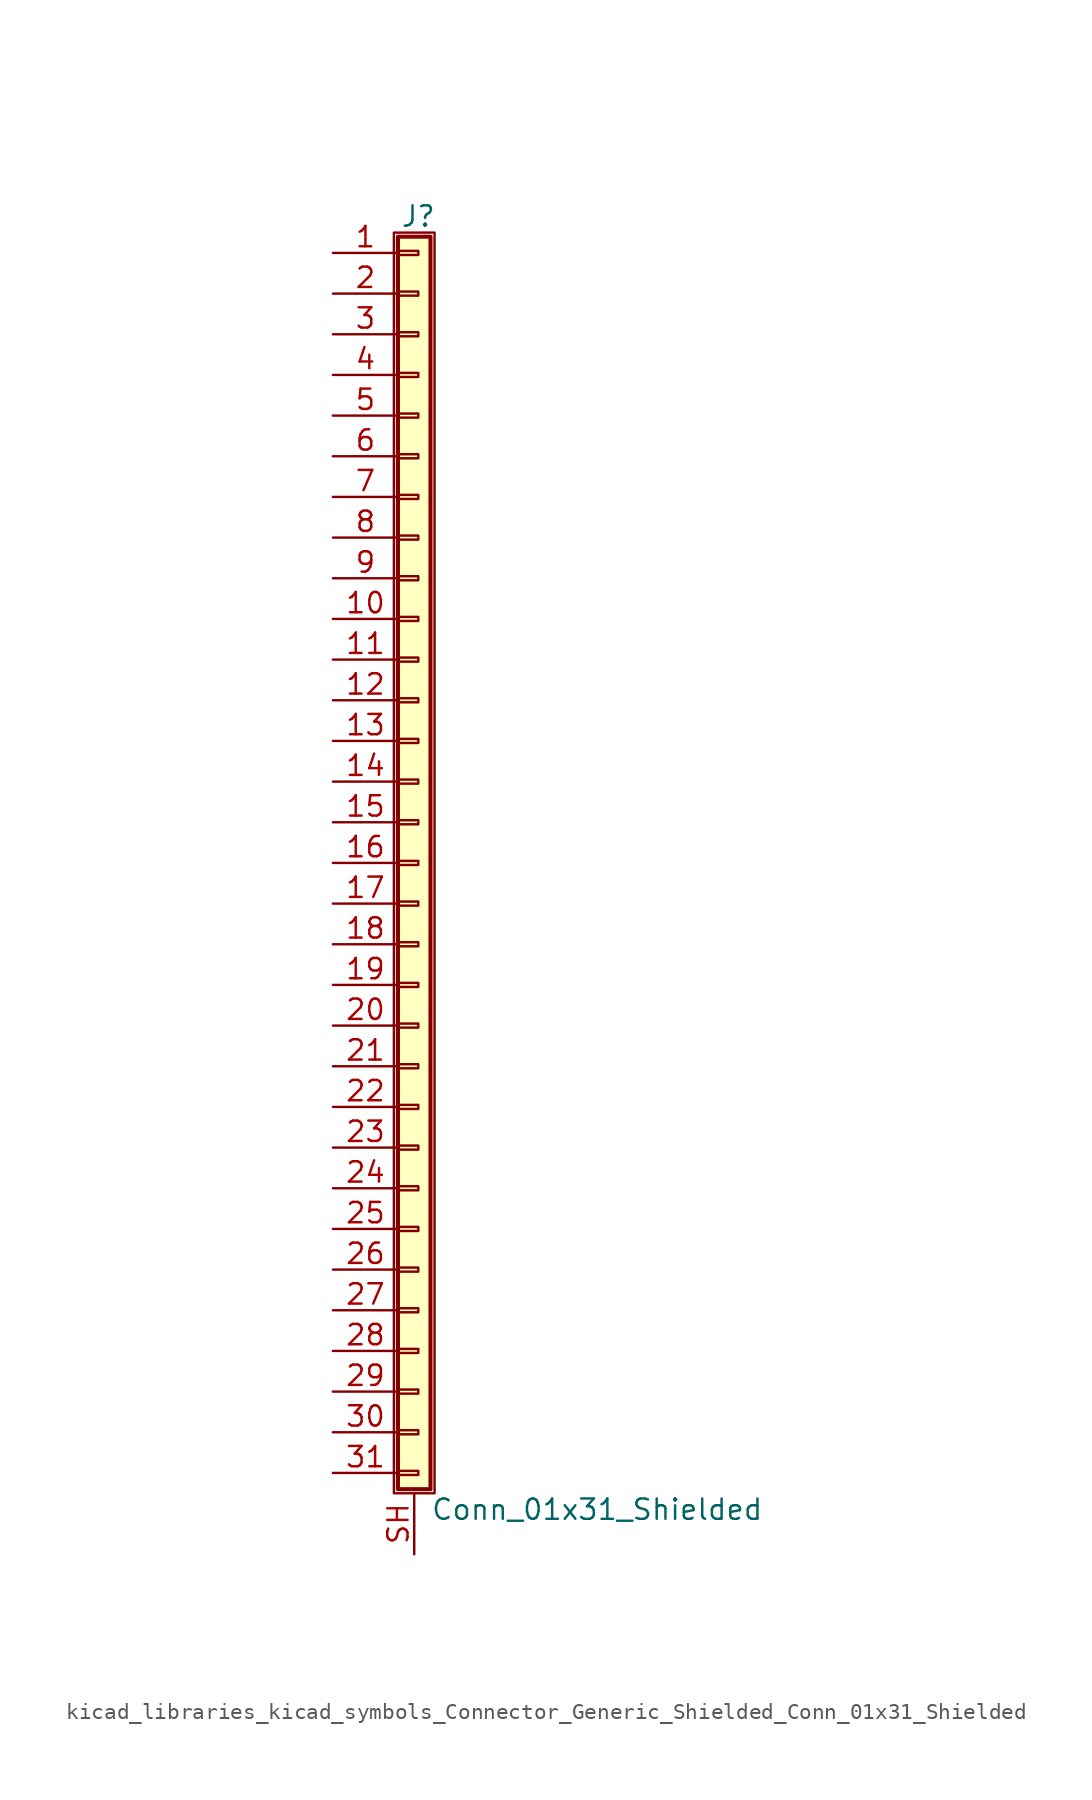
<source format=kicad_sym>
(kicad_symbol_lib
  (version 20220914)
  (generator kicad_symbol_editor)
  (symbol "kicad_libraries_kicad_symbols_Connector_Generic_Shielded_Conn_01x31_Shielded"
    (pin_names
      (offset 1.016) hide)
    (property "Reference" "J"
      (at 0.254 40.386 0)
      (effects (font (size 1.27 1.27))))
    (property "Value" "Conn_01x31_Shielded"
      (at 1.016 -40.386 0)
      (effects (font (size 1.27 1.27)) (justify left)))
    (symbol "kicad_libraries_kicad_symbols_Connector_Generic_Shielded_Conn_01x31_Shielded_1_1"
      (rectangle (start -1.27 39.37) (end 1.27 -39.37) (stroke (width 0.152) (type default)) (fill (type none)))
      (rectangle (start -1.016 -37.973) (end 0.254 -38.227) (stroke (width 0.152) (type default)) (fill (type none)))
      (rectangle (start -1.016 -35.433) (end 0.254 -35.687) (stroke (width 0.152) (type default)) (fill (type none)))
      (rectangle (start -1.016 -32.893) (end 0.254 -33.147) (stroke (width 0.152) (type default)) (fill (type none)))
      (rectangle (start -1.016 -30.353) (end 0.254 -30.607) (stroke (width 0.152) (type default)) (fill (type none)))
      (rectangle (start -1.016 -27.813) (end 0.254 -28.067) (stroke (width 0.152) (type default)) (fill (type none)))
      (rectangle (start -1.016 -25.273) (end 0.254 -25.527) (stroke (width 0.152) (type default)) (fill (type none)))
      (rectangle (start -1.016 -22.733) (end 0.254 -22.987) (stroke (width 0.152) (type default)) (fill (type none)))
      (rectangle (start -1.016 -20.193) (end 0.254 -20.447) (stroke (width 0.152) (type default)) (fill (type none)))
      (rectangle (start -1.016 -17.653) (end 0.254 -17.907) (stroke (width 0.152) (type default)) (fill (type none)))
      (rectangle (start -1.016 -15.113) (end 0.254 -15.367) (stroke (width 0.152) (type default)) (fill (type none)))
      (rectangle (start -1.016 -12.573) (end 0.254 -12.827) (stroke (width 0.152) (type default)) (fill (type none)))
      (rectangle (start -1.016 -10.033) (end 0.254 -10.287) (stroke (width 0.152) (type default)) (fill (type none)))
      (rectangle (start -1.016 -7.493) (end 0.254 -7.747) (stroke (width 0.152) (type default)) (fill (type none)))
      (rectangle (start -1.016 -4.953) (end 0.254 -5.207) (stroke (width 0.152) (type default)) (fill (type none)))
      (rectangle (start -1.016 -2.413) (end 0.254 -2.667) (stroke (width 0.152) (type default)) (fill (type none)))
      (rectangle (start -1.016 0.127) (end 0.254 -0.127) (stroke (width 0.152) (type default)) (fill (type none)))
      (rectangle (start -1.016 2.667) (end 0.254 2.413) (stroke (width 0.152) (type default)) (fill (type none)))
      (rectangle (start -1.016 5.207) (end 0.254 4.953) (stroke (width 0.152) (type default)) (fill (type none)))
      (rectangle (start -1.016 7.747) (end 0.254 7.493) (stroke (width 0.152) (type default)) (fill (type none)))
      (rectangle (start -1.016 10.287) (end 0.254 10.033) (stroke (width 0.152) (type default)) (fill (type none)))
      (rectangle (start -1.016 12.827) (end 0.254 12.573) (stroke (width 0.152) (type default)) (fill (type none)))
      (rectangle (start -1.016 15.367) (end 0.254 15.113) (stroke (width 0.152) (type default)) (fill (type none)))
      (rectangle (start -1.016 17.907) (end 0.254 17.653) (stroke (width 0.152) (type default)) (fill (type none)))
      (rectangle (start -1.016 20.447) (end 0.254 20.193) (stroke (width 0.152) (type default)) (fill (type none)))
      (rectangle (start -1.016 22.987) (end 0.254 22.733) (stroke (width 0.152) (type default)) (fill (type none)))
      (rectangle (start -1.016 25.527) (end 0.254 25.273) (stroke (width 0.152) (type default)) (fill (type none)))
      (rectangle (start -1.016 28.067) (end 0.254 27.813) (stroke (width 0.152) (type default)) (fill (type none)))
      (rectangle (start -1.016 30.607) (end 0.254 30.353) (stroke (width 0.152) (type default)) (fill (type none)))
      (rectangle (start -1.016 33.147) (end 0.254 32.893) (stroke (width 0.152) (type default)) (fill (type none)))
      (rectangle (start -1.016 35.687) (end 0.254 35.433) (stroke (width 0.152) (type default)) (fill (type none)))
      (rectangle (start -1.016 38.227) (end 0.254 37.973) (stroke (width 0.152) (type default)) (fill (type none)))
      (rectangle (start -1.016 39.116) (end 1.016 -39.116) (stroke (width 0.254) (type default)) (fill (type background)))
      (pin passive line (at -5.08 38.1 0) (length 4.064) (name "Pin_1" (effects (font (size 1.27 1.27)))) (number "1" (effects (font (size 1.27 1.27)))))
      (pin passive line (at -5.08 15.24 0) (length 4.064) (name "Pin_10" (effects (font (size 1.27 1.27)))) (number "10" (effects (font (size 1.27 1.27)))))
      (pin passive line (at -5.08 12.7 0) (length 4.064) (name "Pin_11" (effects (font (size 1.27 1.27)))) (number "11" (effects (font (size 1.27 1.27)))))
      (pin passive line (at -5.08 10.16 0) (length 4.064) (name "Pin_12" (effects (font (size 1.27 1.27)))) (number "12" (effects (font (size 1.27 1.27)))))
      (pin passive line (at -5.08 7.62 0) (length 4.064) (name "Pin_13" (effects (font (size 1.27 1.27)))) (number "13" (effects (font (size 1.27 1.27)))))
      (pin passive line (at -5.08 5.08 0) (length 4.064) (name "Pin_14" (effects (font (size 1.27 1.27)))) (number "14" (effects (font (size 1.27 1.27)))))
      (pin passive line (at -5.08 2.54 0) (length 4.064) (name "Pin_15" (effects (font (size 1.27 1.27)))) (number "15" (effects (font (size 1.27 1.27)))))
      (pin passive line (at -5.08 0 0) (length 4.064) (name "Pin_16" (effects (font (size 1.27 1.27)))) (number "16" (effects (font (size 1.27 1.27)))))
      (pin passive line (at -5.08 -2.54 0) (length 4.064) (name "Pin_17" (effects (font (size 1.27 1.27)))) (number "17" (effects (font (size 1.27 1.27)))))
      (pin passive line (at -5.08 -5.08 0) (length 4.064) (name "Pin_18" (effects (font (size 1.27 1.27)))) (number "18" (effects (font (size 1.27 1.27)))))
      (pin passive line (at -5.08 -7.62 0) (length 4.064) (name "Pin_19" (effects (font (size 1.27 1.27)))) (number "19" (effects (font (size 1.27 1.27)))))
      (pin passive line (at -5.08 35.56 0) (length 4.064) (name "Pin_2" (effects (font (size 1.27 1.27)))) (number "2" (effects (font (size 1.27 1.27)))))
      (pin passive line (at -5.08 -10.16 0) (length 4.064) (name "Pin_20" (effects (font (size 1.27 1.27)))) (number "20" (effects (font (size 1.27 1.27)))))
      (pin passive line (at -5.08 -12.7 0) (length 4.064) (name "Pin_21" (effects (font (size 1.27 1.27)))) (number "21" (effects (font (size 1.27 1.27)))))
      (pin passive line (at -5.08 -15.24 0) (length 4.064) (name "Pin_22" (effects (font (size 1.27 1.27)))) (number "22" (effects (font (size 1.27 1.27)))))
      (pin passive line (at -5.08 -17.78 0) (length 4.064) (name "Pin_23" (effects (font (size 1.27 1.27)))) (number "23" (effects (font (size 1.27 1.27)))))
      (pin passive line (at -5.08 -20.32 0) (length 4.064) (name "Pin_24" (effects (font (size 1.27 1.27)))) (number "24" (effects (font (size 1.27 1.27)))))
      (pin passive line (at -5.08 -22.86 0) (length 4.064) (name "Pin_25" (effects (font (size 1.27 1.27)))) (number "25" (effects (font (size 1.27 1.27)))))
      (pin passive line (at -5.08 -25.4 0) (length 4.064) (name "Pin_26" (effects (font (size 1.27 1.27)))) (number "26" (effects (font (size 1.27 1.27)))))
      (pin passive line (at -5.08 -27.94 0) (length 4.064) (name "Pin_27" (effects (font (size 1.27 1.27)))) (number "27" (effects (font (size 1.27 1.27)))))
      (pin passive line (at -5.08 -30.48 0) (length 4.064) (name "Pin_28" (effects (font (size 1.27 1.27)))) (number "28" (effects (font (size 1.27 1.27)))))
      (pin passive line (at -5.08 -33.02 0) (length 4.064) (name "Pin_29" (effects (font (size 1.27 1.27)))) (number "29" (effects (font (size 1.27 1.27)))))
      (pin passive line (at -5.08 33.02 0) (length 4.064) (name "Pin_3" (effects (font (size 1.27 1.27)))) (number "3" (effects (font (size 1.27 1.27)))))
      (pin passive line (at -5.08 -35.56 0) (length 4.064) (name "Pin_30" (effects (font (size 1.27 1.27)))) (number "30" (effects (font (size 1.27 1.27)))))
      (pin passive line (at -5.08 -38.1 0) (length 4.064) (name "Pin_31" (effects (font (size 1.27 1.27)))) (number "31" (effects (font (size 1.27 1.27)))))
      (pin passive line (at -5.08 30.48 0) (length 4.064) (name "Pin_4" (effects (font (size 1.27 1.27)))) (number "4" (effects (font (size 1.27 1.27)))))
      (pin passive line (at -5.08 27.94 0) (length 4.064) (name "Pin_5" (effects (font (size 1.27 1.27)))) (number "5" (effects (font (size 1.27 1.27)))))
      (pin passive line (at -5.08 25.4 0) (length 4.064) (name "Pin_6" (effects (font (size 1.27 1.27)))) (number "6" (effects (font (size 1.27 1.27)))))
      (pin passive line (at -5.08 22.86 0) (length 4.064) (name "Pin_7" (effects (font (size 1.27 1.27)))) (number "7" (effects (font (size 1.27 1.27)))))
      (pin passive line (at -5.08 20.32 0) (length 4.064) (name "Pin_8" (effects (font (size 1.27 1.27)))) (number "8" (effects (font (size 1.27 1.27)))))
      (pin passive line (at -5.08 17.78 0) (length 4.064) (name "Pin_9" (effects (font (size 1.27 1.27)))) (number "9" (effects (font (size 1.27 1.27)))))
      (pin passive line (at 0 -43.18 90) (length 3.81) (name "Shield" (effects (font (size 1.27 1.27)))) (number "SH" (effects (font (size 1.27 1.27))))))))
</source>
